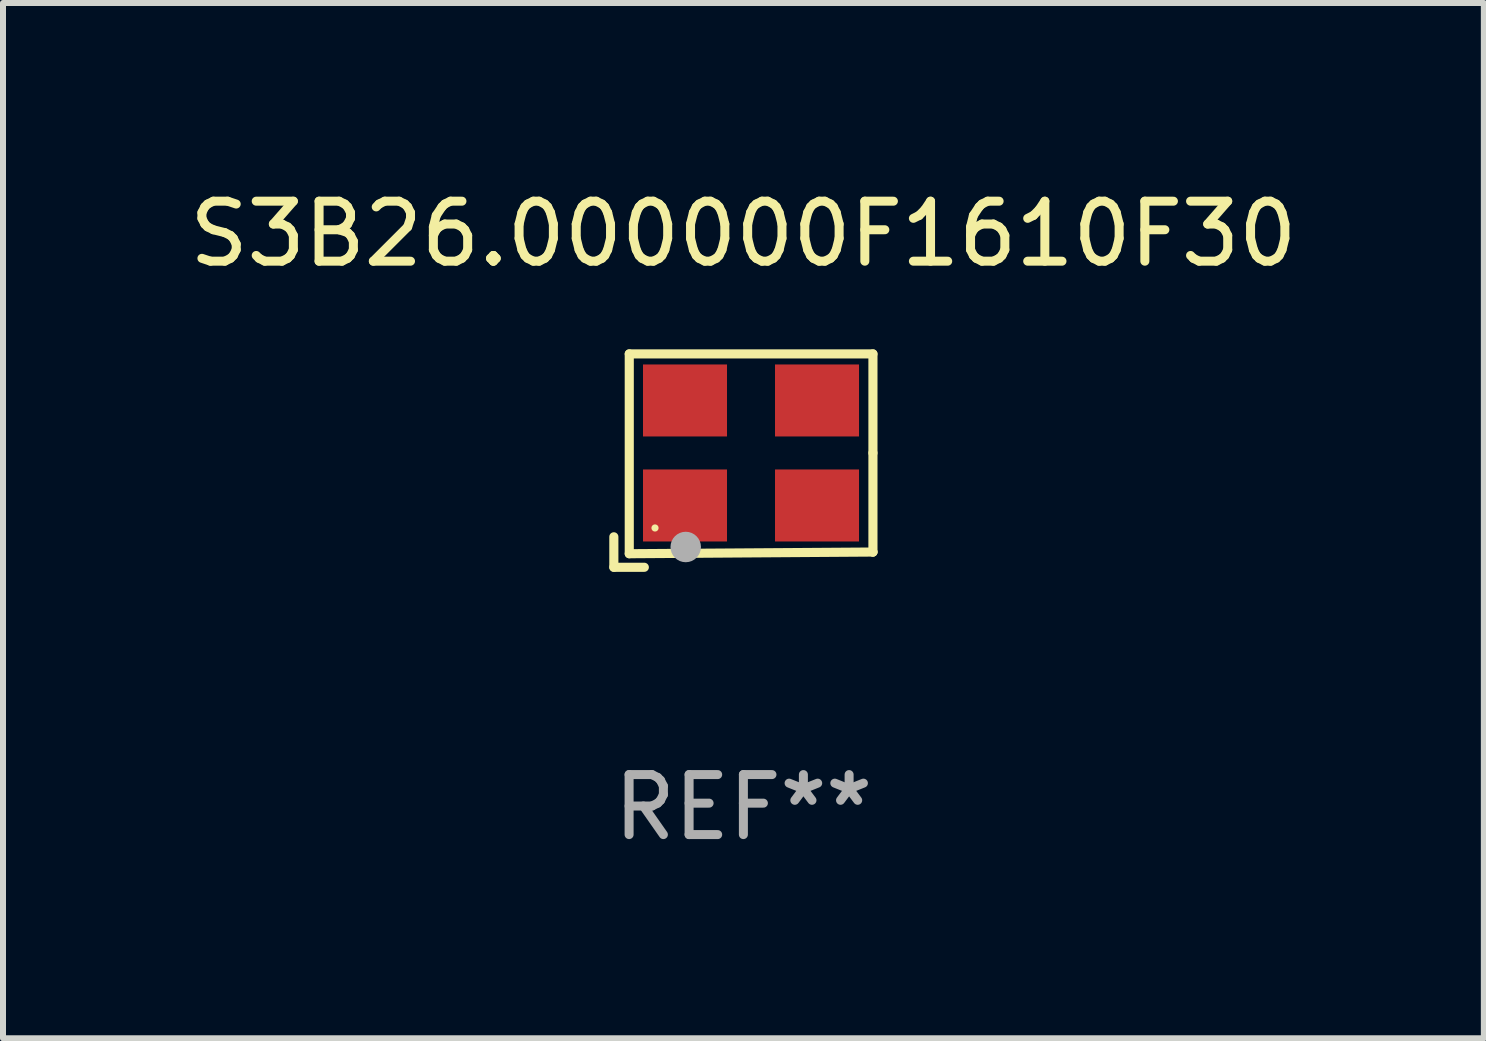
<source format=kicad_pcb>
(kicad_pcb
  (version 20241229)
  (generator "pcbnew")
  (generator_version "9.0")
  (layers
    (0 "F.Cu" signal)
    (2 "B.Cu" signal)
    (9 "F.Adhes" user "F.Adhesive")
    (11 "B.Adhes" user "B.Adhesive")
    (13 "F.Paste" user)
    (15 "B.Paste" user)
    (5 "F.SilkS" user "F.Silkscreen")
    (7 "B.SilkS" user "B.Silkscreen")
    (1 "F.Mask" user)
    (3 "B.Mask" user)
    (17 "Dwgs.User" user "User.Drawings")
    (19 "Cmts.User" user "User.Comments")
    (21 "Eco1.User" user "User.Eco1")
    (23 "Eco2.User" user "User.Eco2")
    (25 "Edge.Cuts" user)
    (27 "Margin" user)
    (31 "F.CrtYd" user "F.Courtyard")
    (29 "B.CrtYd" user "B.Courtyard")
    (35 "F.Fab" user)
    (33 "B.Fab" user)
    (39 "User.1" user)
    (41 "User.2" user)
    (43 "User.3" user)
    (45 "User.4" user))
  (footprint "S3B26.000000F1610F30"
    (layer "F.Cu")
    (at 9.339 4.626)
    (property "Reference" "S3B26.000000F1610F30" (at 0 -3.778 0) (layer "F.SilkS") (effects (font (size 1 1) (thickness 0.15))))
    (attr through_hole)
    (fp_line (start -2.159 1.27) (end -2.159 1.778) (stroke (width 0.152) (type solid)) (layer "F.SilkS"))
    (fp_line (start -2.159 1.778) (end -1.651 1.778) (stroke (width 0.152) (type solid)) (layer "F.SilkS"))
    (fp_line (start -1.902 -1.778) (end 2.159 -1.778) (stroke (width 0.152) (type solid)) (layer "F.SilkS"))
    (fp_line (start -1.902 1.552) (end -1.902 -1.778) (stroke (width 0.152) (type solid)) (layer "F.SilkS"))
    (fp_line (start 2.159 -1.778) (end 2.159 -0.127) (stroke (width 0.152) (type solid)) (layer "F.SilkS"))
    (fp_line (start 2.159 -0.127) (end 2.159 1.524) (stroke (width 0.152) (type solid)) (layer "F.SilkS"))
    (fp_line (start 2.159 1.524) (end -1.902 1.552) (stroke (width 0.152) (type solid)) (layer "F.SilkS"))
    (fp_line (start 2.159 1.524) (end 2.159 1.524) (stroke (width 0.152) (type solid)) (layer "F.SilkS"))
    (fp_circle (center -1.473 1.123) (end -1.443 1.123) (stroke (width 0.06) (type solid)) (fill no) (layer "F.SilkS"))
    (fp_circle (center -0.961 1.44) (end -0.834 1.44) (stroke (width 0.254) (type solid)) (fill no) (layer "F.Fab"))
    (fp_text user "REF**" (at 0 5.778 0) (layer "F.Fab") (effects (font (size 1 1) (thickness 0.15))))
    (pad "1" smd rect (at -0.973 0.748) (size 1.4 1.2) (layers "F.Cu" "F.Mask" "F.Paste"))
    (pad "2" smd rect (at 1.227 0.748) (size 1.4 1.2) (layers "F.Cu" "F.Mask" "F.Paste"))
    (pad "3" smd rect (at 1.227 -1.002) (size 1.4 1.2) (layers "F.Cu" "F.Mask" "F.Paste"))
    (pad "4" smd rect (at -0.973 -1.002) (size 1.4 1.2) (layers "F.Cu" "F.Mask" "F.Paste")))
  (gr_rect
    (start -3 -3)
    (end 21.679 14.253)
    (stroke (width 0.1) (type default))
    (fill no)
    (layer "Edge.Cuts")))
</source>
